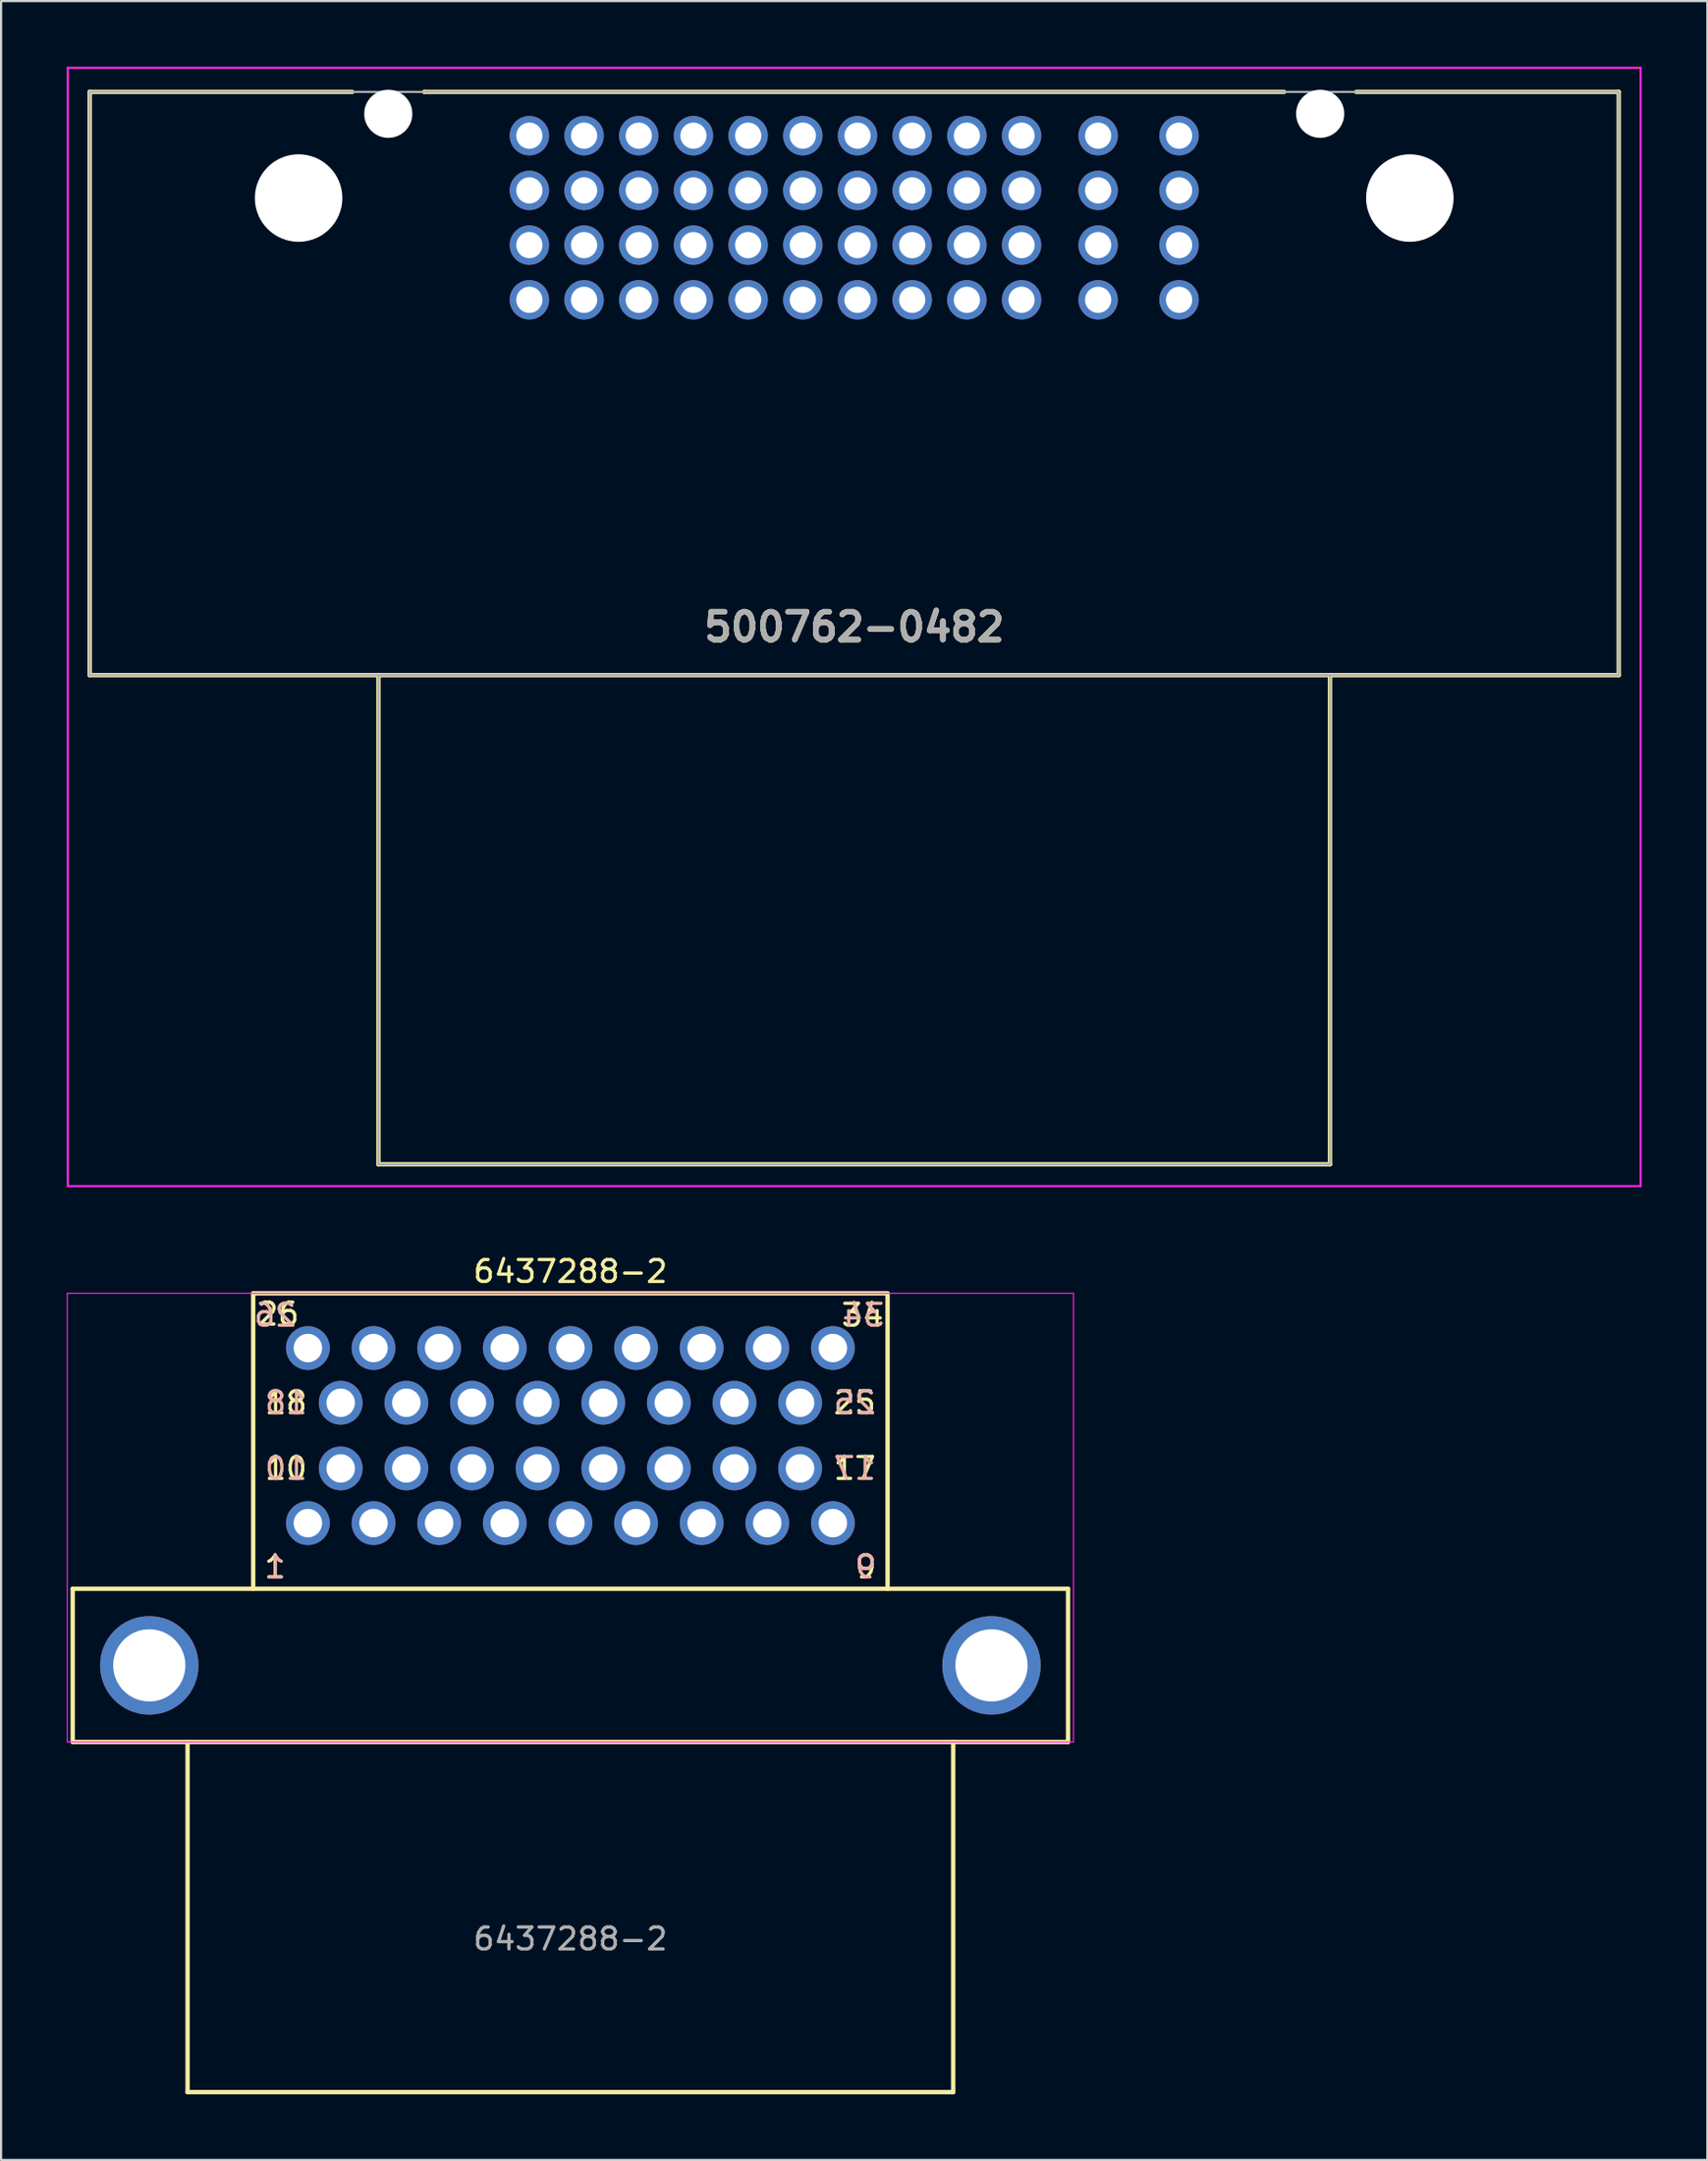
<source format=kicad_pcb>
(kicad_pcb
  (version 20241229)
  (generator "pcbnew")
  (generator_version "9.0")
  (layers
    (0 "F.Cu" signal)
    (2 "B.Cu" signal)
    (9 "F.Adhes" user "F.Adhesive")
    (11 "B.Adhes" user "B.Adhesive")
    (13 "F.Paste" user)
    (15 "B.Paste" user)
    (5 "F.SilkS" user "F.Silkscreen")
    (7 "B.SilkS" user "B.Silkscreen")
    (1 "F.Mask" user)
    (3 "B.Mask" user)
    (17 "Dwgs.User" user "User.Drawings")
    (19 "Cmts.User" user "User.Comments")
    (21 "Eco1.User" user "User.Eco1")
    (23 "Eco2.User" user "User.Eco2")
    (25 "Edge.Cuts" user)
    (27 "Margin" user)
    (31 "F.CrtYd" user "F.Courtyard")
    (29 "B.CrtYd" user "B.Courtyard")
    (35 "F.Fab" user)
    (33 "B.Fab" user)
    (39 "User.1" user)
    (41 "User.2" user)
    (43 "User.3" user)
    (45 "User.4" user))
  (footprint "6437288-2"
    (layer "F.Cu")
    (at 23.025 73.048)
    (property "Reference" "6437288-2" (at 0 -18 0) (unlocked yes) (layer "F.SilkS") (effects (font (size 1 1) (thickness 0.15))))
    (attr through_hole)
    (fp_line (start -22.75 -3.5) (end -22.75 3.5) (stroke (width 0.2) (type solid)) (layer "F.SilkS"))
    (fp_line (start -22.75 -3.5) (end 22.75 -3.5) (stroke (width 0.2) (type solid)) (layer "F.SilkS"))
    (fp_line (start -22.75 3.5) (end 22.75 3.5) (stroke (width 0.2) (type solid)) (layer "F.SilkS"))
    (fp_line (start -17.5 19.5) (end -17.5 3.5) (stroke (width 0.2) (type solid)) (layer "F.SilkS"))
    (fp_line (start -17.5 19.5) (end 17.5 19.5) (stroke (width 0.2) (type solid)) (layer "F.SilkS"))
    (fp_line (start -14.5 -17) (end -14.5 -3.5) (stroke (width 0.2) (type solid)) (layer "F.SilkS"))
    (fp_line (start -14.5 -17) (end 14.5 -17) (stroke (width 0.2) (type solid)) (layer "F.SilkS"))
    (fp_line (start 14.5 -17) (end 14.5 -3.5) (stroke (width 0.2) (type solid)) (layer "F.SilkS"))
    (fp_line (start 17.5 19.5) (end 17.5 3.5) (stroke (width 0.2) (type solid)) (layer "F.SilkS"))
    (fp_line (start 22.75 -3.5) (end 22.75 3.5) (stroke (width 0.2) (type solid)) (layer "F.SilkS"))
    (fp_line (start -23 -17) (end 23 -17) (stroke (width 0.05) (type solid)) (layer "F.CrtYd"))
    (fp_line (start -23 3.5) (end -23 -17) (stroke (width 0.05) (type solid)) (layer "F.CrtYd"))
    (fp_line (start -23 3.5) (end 23 3.5) (stroke (width 0.05) (type solid)) (layer "F.CrtYd"))
    (fp_line (start 23 -17) (end 23 3.5) (stroke (width 0.05) (type solid)) (layer "F.CrtYd"))
    (fp_text user "9" (at 13.5 -4.5 0) (unlocked yes) (layer "F.SilkS") (effects (font (size 1 1) (thickness 0.15))))
    (fp_text user "34" (at 13.354 -15.999 0) (unlocked yes) (layer "F.SilkS") (effects (font (size 1 1) (thickness 0.15))))
    (fp_text user "10" (at -13 -9 0) (unlocked yes) (layer "F.SilkS") (effects (font (size 1 1) (thickness 0.15))))
    (fp_text user "26" (at -13.361 -16.053 0) (unlocked yes) (layer "F.SilkS") (effects (font (size 1 1) (thickness 0.15))))
    (fp_text user "1" (at -13.5 -4.5 0) (unlocked yes) (layer "F.SilkS") (effects (font (size 1 1) (thickness 0.15))))
    (fp_text user "25" (at 13 -12 0) (unlocked yes) (layer "F.SilkS") (effects (font (size 1 1) (thickness 0.15))))
    (fp_text user "18" (at -13 -12 0) (unlocked yes) (layer "F.SilkS") (effects (font (size 1 1) (thickness 0.15))))
    (fp_text user "17" (at 13 -9 0) (unlocked yes) (layer "F.SilkS") (effects (font (size 1 1) (thickness 0.15))))
    (fp_text user "34" (at 13.39 -15.999 0) (unlocked yes) (layer "B.SilkS") (effects (font (size 1 1) (thickness 0.15)) (justify mirror)))
    (fp_text user "17" (at 13 -9 0) (unlocked yes) (layer "B.SilkS") (effects (font (size 1 1) (thickness 0.15)) (justify mirror)))
    (fp_text user "25" (at 13 -12 0) (unlocked yes) (layer "B.SilkS") (effects (font (size 1 1) (thickness 0.15)) (justify mirror)))
    (fp_text user "9" (at 13.5 -4.5 0) (unlocked yes) (layer "B.SilkS") (effects (font (size 1 1) (thickness 0.15)) (justify mirror)))
    (fp_text user "10" (at -13 -9 0) (unlocked yes) (layer "B.SilkS") (effects (font (size 1 1) (thickness 0.15)) (justify mirror)))
    (fp_text user "1" (at -13.5 -4.5 0) (unlocked yes) (layer "B.SilkS") (effects (font (size 1 1) (thickness 0.15)) (justify mirror)))
    (fp_text user "26" (at -13.5 -16 0) (unlocked yes) (layer "B.SilkS") (effects (font (size 1 1) (thickness 0.15)) (justify mirror)))
    (fp_text user "18" (at -13 -12 0) (unlocked yes) (layer "B.SilkS") (effects (font (size 1 1) (thickness 0.15)) (justify mirror)))
    (fp_text user "${REFERENCE}" (at 0 12.5 0) (unlocked yes) (layer "F.Fab") (effects (font (size 1 1) (thickness 0.15))))
    (pad "0" thru_hole circle (at -19.25 0) (size 4.5 4.5) (drill 3.3) (layers "*.Cu" "*.Mask"))
    (pad "0" thru_hole circle (at 19.25 0) (size 4.5 4.5) (drill 3.3) (layers "*.Cu" "*.Mask"))
    (pad "1" thru_hole circle (at -12 -6.5 270) (size 2 2) (drill 1.3) (layers "*.Cu" "*.Mask"))
    (pad "2" thru_hole circle (at -9 -6.5 270) (size 2 2) (drill 1.3) (layers "*.Cu" "*.Mask"))
    (pad "3" thru_hole circle (at -6 -6.5) (size 2 2) (drill 1.3) (layers "*.Cu" "*.Mask"))
    (pad "4" thru_hole circle (at -3 -6.5) (size 2 2) (drill 1.3) (layers "*.Cu" "*.Mask"))
    (pad "5" thru_hole circle (at 0 -6.5) (size 2 2) (drill 1.3) (layers "*.Cu" "*.Mask"))
    (pad "6" thru_hole circle (at 3 -6.5 270) (size 2 2) (drill 1.3) (layers "*.Cu" "*.Mask"))
    (pad "7" thru_hole circle (at 6 -6.5) (size 2 2) (drill 1.3) (layers "*.Cu" "*.Mask"))
    (pad "8" thru_hole circle (at 9 -6.5) (size 2 2) (drill 1.3) (layers "*.Cu" "*.Mask"))
    (pad "9" thru_hole circle (at 12 -6.5 90) (size 2 2) (drill 1.3) (layers "*.Cu" "*.Mask"))
    (pad "10" thru_hole circle (at -10.5 -9 270) (size 2 2) (drill 1.3) (layers "*.Cu" "*.Mask"))
    (pad "11" thru_hole circle (at -7.5 -9 270) (size 2 2) (drill 1.3) (layers "*.Cu" "*.Mask"))
    (pad "12" thru_hole circle (at -4.5 -9) (size 2 2) (drill 1.3) (layers "*.Cu" "*.Mask"))
    (pad "13" thru_hole circle (at -1.5 -9) (size 2 2) (drill 1.3) (layers "*.Cu" "*.Mask"))
    (pad "14" thru_hole circle (at 1.5 -9) (size 2 2) (drill 1.3) (layers "*.Cu" "*.Mask"))
    (pad "15" thru_hole circle (at 4.5 -9 270) (size 2 2) (drill 1.3) (layers "*.Cu" "*.Mask"))
    (pad "16" thru_hole circle (at 7.5 -9) (size 2 2) (drill 1.3) (layers "*.Cu" "*.Mask"))
    (pad "17" thru_hole circle (at 10.5 -9 90) (size 2 2) (drill 1.3) (layers "*.Cu" "*.Mask"))
    (pad "18" thru_hole circle (at -10.5 -12 270) (size 2 2) (drill 1.3) (layers "*.Cu" "*.Mask"))
    (pad "19" thru_hole circle (at -7.5 -12 270) (size 2 2) (drill 1.3) (layers "*.Cu" "*.Mask"))
    (pad "20" thru_hole circle (at -4.5 -12) (size 2 2) (drill 1.3) (layers "*.Cu" "*.Mask"))
    (pad "21" thru_hole circle (at -1.5 -12) (size 2 2) (drill 1.3) (layers "*.Cu" "*.Mask"))
    (pad "22" thru_hole circle (at 1.5 -12) (size 2 2) (drill 1.3) (layers "*.Cu" "*.Mask"))
    (pad "23" thru_hole circle (at 4.5 -12 270) (size 2 2) (drill 1.3) (layers "*.Cu" "*.Mask"))
    (pad "24" thru_hole circle (at 7.5 -12) (size 2 2) (drill 1.3) (layers "*.Cu" "*.Mask"))
    (pad "25" thru_hole circle (at 10.5 -12 90) (size 2 2) (drill 1.3) (layers "*.Cu" "*.Mask"))
    (pad "26" thru_hole circle (at -12 -14.5 270) (size 2 2) (drill 1.3) (layers "*.Cu" "*.Mask"))
    (pad "27" thru_hole circle (at -9 -14.5 270) (size 2 2) (drill 1.3) (layers "*.Cu" "*.Mask"))
    (pad "28" thru_hole circle (at -6 -14.5) (size 2 2) (drill 1.3) (layers "*.Cu" "*.Mask"))
    (pad "29" thru_hole circle (at -3 -14.5) (size 2 2) (drill 1.3) (layers "*.Cu" "*.Mask"))
    (pad "30" thru_hole circle (at 0 -14.5) (size 2 2) (drill 1.3) (layers "*.Cu" "*.Mask"))
    (pad "31" thru_hole circle (at 3 -14.5 270) (size 2 2) (drill 1.3) (layers "*.Cu" "*.Mask"))
    (pad "32" thru_hole circle (at 6 -14.5) (size 2 2) (drill 1.3) (layers "*.Cu" "*.Mask"))
    (pad "33" thru_hole circle (at 9 -14.5) (size 2 2) (drill 1.3) (layers "*.Cu" "*.Mask"))
    (pad "34" thru_hole circle (at 12 -14.5 90) (size 2 2) (drill 1.3) (layers "*.Cu" "*.Mask")))
  (footprint "500762-0482"
    (layer "F.Cu")
    (at 21.15 3.15)
    (property "Reference" "500762-0482" (at 14.85 22.45 0) (layer "F.SilkS") (effects (font (size 1.27 1.27) (thickness 0.254))))
    (attr through_hole)
    (fp_line (start -20.1 -2) (end -8.1 -2) (stroke (width 0.2) (type solid)) (layer "F.SilkS"))
    (fp_line (start -20.1 24.65) (end -20.1 -2) (stroke (width 0.2) (type solid)) (layer "F.SilkS"))
    (fp_line (start -6.9 24.65) (end -20.1 24.65) (stroke (width 0.2) (type solid)) (layer "F.SilkS"))
    (fp_line (start -6.9 24.65) (end 36.6 24.65) (stroke (width 0.2) (type solid)) (layer "F.SilkS"))
    (fp_line (start -6.9 47) (end -6.9 24.65) (stroke (width 0.2) (type solid)) (layer "F.SilkS"))
    (fp_line (start -4.8 -2) (end -4.8 -2) (stroke (width 0.2) (type solid)) (layer "F.SilkS"))
    (fp_line (start -4.8 -2) (end 34.5 -2) (stroke (width 0.2) (type solid)) (layer "F.SilkS"))
    (fp_line (start 36.6 24.65) (end 36.6 47) (stroke (width 0.2) (type solid)) (layer "F.SilkS"))
    (fp_line (start 36.6 47) (end -6.9 47) (stroke (width 0.2) (type solid)) (layer "F.SilkS"))
    (fp_line (start 37.8 -2) (end 49.8 -2) (stroke (width 0.2) (type solid)) (layer "F.SilkS"))
    (fp_line (start 49.8 -2) (end 49.8 24.65) (stroke (width 0.2) (type solid)) (layer "F.SilkS"))
    (fp_line (start 49.8 24.65) (end 36.6 24.65) (stroke (width 0.2) (type solid)) (layer "F.SilkS"))
    (fp_line (start -21.1 -3.1) (end 50.8 -3.1) (stroke (width 0.1) (type solid)) (layer "F.CrtYd"))
    (fp_line (start -21.1 48) (end -21.1 -3.1) (stroke (width 0.1) (type solid)) (layer "F.CrtYd"))
    (fp_line (start 50.8 -3.1) (end 50.8 48) (stroke (width 0.1) (type solid)) (layer "F.CrtYd"))
    (fp_line (start 50.8 48) (end -21.1 48) (stroke (width 0.1) (type solid)) (layer "F.CrtYd"))
    (fp_line (start -20.1 -2) (end -20.1 24.65) (stroke (width 0.1) (type solid)) (layer "F.Fab"))
    (fp_line (start -20.1 24.65) (end 49.8 24.65) (stroke (width 0.1) (type solid)) (layer "F.Fab"))
    (fp_line (start -6.9 24.65) (end 36.6 24.65) (stroke (width 0.1) (type solid)) (layer "F.Fab"))
    (fp_line (start -6.9 47) (end -6.9 24.65) (stroke (width 0.1) (type solid)) (layer "F.Fab"))
    (fp_line (start 36.6 24.65) (end 36.6 47) (stroke (width 0.1) (type solid)) (layer "F.Fab"))
    (fp_line (start 36.6 47) (end -6.9 47) (stroke (width 0.1) (type solid)) (layer "F.Fab"))
    (fp_line (start 49.8 -2) (end -20.1 -2) (stroke (width 0.1) (type solid)) (layer "F.Fab"))
    (fp_line (start 49.8 24.65) (end 49.8 -2) (stroke (width 0.1) (type solid)) (layer "F.Fab"))
    (fp_text user "${REFERENCE}" (at 14.85 22.45 0) (layer "F.Fab") (effects (font (size 1.27 1.27) (thickness 0.254))))
    (pad "" np_thru_hole circle (at -10.55 2.85) (size 4 4) (drill 4) (layers "*.Cu" "*.Mask"))
    (pad "" np_thru_hole circle (at -6.45 -1) (size 2.2 2.2) (drill 2.2) (layers "*.Cu" "*.Mask"))
    (pad "" np_thru_hole circle (at 36.15 -1) (size 2.2 2.2) (drill 2.2) (layers "*.Cu" "*.Mask"))
    (pad "" np_thru_hole circle (at 40.25 2.85) (size 4 4) (drill 4) (layers "*.Cu" "*.Mask"))
    (pad "A1" thru_hole circle (at 0 0) (size 1.8 1.8) (drill 1.2) (layers "*.Cu" "*.Mask"))
    (pad "A2" thru_hole circle (at 0 2.5) (size 1.8 1.8) (drill 1.2) (layers "*.Cu" "*.Mask"))
    (pad "A3" thru_hole circle (at 0 5) (size 1.8 1.8) (drill 1.2) (layers "*.Cu" "*.Mask"))
    (pad "A4" thru_hole circle (at 0 7.5) (size 1.8 1.8) (drill 1.2) (layers "*.Cu" "*.Mask"))
    (pad "B1" thru_hole circle (at 2.5 0) (size 1.8 1.8) (drill 1.2) (layers "*.Cu" "*.Mask"))
    (pad "B2" thru_hole circle (at 2.5 2.5) (size 1.8 1.8) (drill 1.2) (layers "*.Cu" "*.Mask"))
    (pad "B3" thru_hole circle (at 2.5 5) (size 1.8 1.8) (drill 1.2) (layers "*.Cu" "*.Mask"))
    (pad "B4" thru_hole circle (at 2.5 7.5) (size 1.8 1.8) (drill 1.2) (layers "*.Cu" "*.Mask"))
    (pad "C1" thru_hole circle (at 5 0) (size 1.8 1.8) (drill 1.2) (layers "*.Cu" "*.Mask"))
    (pad "C2" thru_hole circle (at 5 2.5) (size 1.8 1.8) (drill 1.2) (layers "*.Cu" "*.Mask"))
    (pad "C3" thru_hole circle (at 5 5) (size 1.8 1.8) (drill 1.2) (layers "*.Cu" "*.Mask"))
    (pad "C4" thru_hole circle (at 5 7.5) (size 1.8 1.8) (drill 1.2) (layers "*.Cu" "*.Mask"))
    (pad "D1" thru_hole circle (at 7.5 0) (size 1.8 1.8) (drill 1.2) (layers "*.Cu" "*.Mask"))
    (pad "D2" thru_hole circle (at 7.5 2.5) (size 1.8 1.8) (drill 1.2) (layers "*.Cu" "*.Mask"))
    (pad "D3" thru_hole circle (at 7.5 5) (size 1.8 1.8) (drill 1.2) (layers "*.Cu" "*.Mask"))
    (pad "D4" thru_hole circle (at 7.5 7.5) (size 1.8 1.8) (drill 1.2) (layers "*.Cu" "*.Mask"))
    (pad "E1" thru_hole circle (at 10 0) (size 1.8 1.8) (drill 1.2) (layers "*.Cu" "*.Mask"))
    (pad "E2" thru_hole circle (at 10 2.5) (size 1.8 1.8) (drill 1.2) (layers "*.Cu" "*.Mask"))
    (pad "E3" thru_hole circle (at 10 5) (size 1.8 1.8) (drill 1.2) (layers "*.Cu" "*.Mask"))
    (pad "E4" thru_hole circle (at 10 7.5) (size 1.8 1.8) (drill 1.2) (layers "*.Cu" "*.Mask"))
    (pad "F1" thru_hole circle (at 12.5 0) (size 1.8 1.8) (drill 1.2) (layers "*.Cu" "*.Mask"))
    (pad "F2" thru_hole circle (at 12.5 2.5) (size 1.8 1.8) (drill 1.2) (layers "*.Cu" "*.Mask"))
    (pad "F3" thru_hole circle (at 12.5 5) (size 1.8 1.8) (drill 1.2) (layers "*.Cu" "*.Mask"))
    (pad "F4" thru_hole circle (at 12.5 7.5) (size 1.8 1.8) (drill 1.2) (layers "*.Cu" "*.Mask"))
    (pad "G1" thru_hole circle (at 15 0) (size 1.8 1.8) (drill 1.2) (layers "*.Cu" "*.Mask"))
    (pad "G2" thru_hole circle (at 15 2.5) (size 1.8 1.8) (drill 1.2) (layers "*.Cu" "*.Mask"))
    (pad "G3" thru_hole circle (at 15 5) (size 1.8 1.8) (drill 1.2) (layers "*.Cu" "*.Mask"))
    (pad "G4" thru_hole circle (at 15 7.5) (size 1.8 1.8) (drill 1.2) (layers "*.Cu" "*.Mask"))
    (pad "H1" thru_hole circle (at 17.5 0) (size 1.8 1.8) (drill 1.2) (layers "*.Cu" "*.Mask"))
    (pad "H2" thru_hole circle (at 17.5 2.5) (size 1.8 1.8) (drill 1.2) (layers "*.Cu" "*.Mask"))
    (pad "H3" thru_hole circle (at 17.5 5) (size 1.8 1.8) (drill 1.2) (layers "*.Cu" "*.Mask"))
    (pad "H4" thru_hole circle (at 17.5 7.5) (size 1.8 1.8) (drill 1.2) (layers "*.Cu" "*.Mask"))
    (pad "J1" thru_hole circle (at 20 0) (size 1.8 1.8) (drill 1.2) (layers "*.Cu" "*.Mask"))
    (pad "J2" thru_hole circle (at 20 2.5) (size 1.8 1.8) (drill 1.2) (layers "*.Cu" "*.Mask"))
    (pad "J3" thru_hole circle (at 20 5) (size 1.8 1.8) (drill 1.2) (layers "*.Cu" "*.Mask"))
    (pad "J4" thru_hole circle (at 20 7.5) (size 1.8 1.8) (drill 1.2) (layers "*.Cu" "*.Mask"))
    (pad "K1" thru_hole circle (at 22.5 0) (size 1.8 1.8) (drill 1.2) (layers "*.Cu" "*.Mask"))
    (pad "K2" thru_hole circle (at 22.5 2.5) (size 1.8 1.8) (drill 1.2) (layers "*.Cu" "*.Mask"))
    (pad "K3" thru_hole circle (at 22.5 5) (size 1.8 1.8) (drill 1.2) (layers "*.Cu" "*.Mask"))
    (pad "K4" thru_hole circle (at 22.5 7.5) (size 1.8 1.8) (drill 1.2) (layers "*.Cu" "*.Mask"))
    (pad "L1" thru_hole circle (at 26 0) (size 1.8 1.8) (drill 1.2) (layers "*.Cu" "*.Mask"))
    (pad "L2" thru_hole circle (at 26 2.5) (size 1.8 1.8) (drill 1.2) (layers "*.Cu" "*.Mask"))
    (pad "L3" thru_hole circle (at 26 5) (size 1.8 1.8) (drill 1.2) (layers "*.Cu" "*.Mask"))
    (pad "L4" thru_hole circle (at 26 7.5) (size 1.8 1.8) (drill 1.2) (layers "*.Cu" "*.Mask"))
    (pad "M1" thru_hole circle (at 29.7 0) (size 1.8 1.8) (drill 1.2) (layers "*.Cu" "*.Mask"))
    (pad "M2" thru_hole circle (at 29.7 2.5) (size 1.8 1.8) (drill 1.2) (layers "*.Cu" "*.Mask"))
    (pad "M3" thru_hole circle (at 29.7 5) (size 1.8 1.8) (drill 1.2) (layers "*.Cu" "*.Mask"))
    (pad "M4" thru_hole circle (at 29.7 7.5) (size 1.8 1.8) (drill 1.2) (layers "*.Cu" "*.Mask")))
  (gr_rect
    (start -3 -3)
    (end 75 95.648)
    (stroke (width 0.1) (type default))
    (fill no)
    (layer "Edge.Cuts")))
</source>
